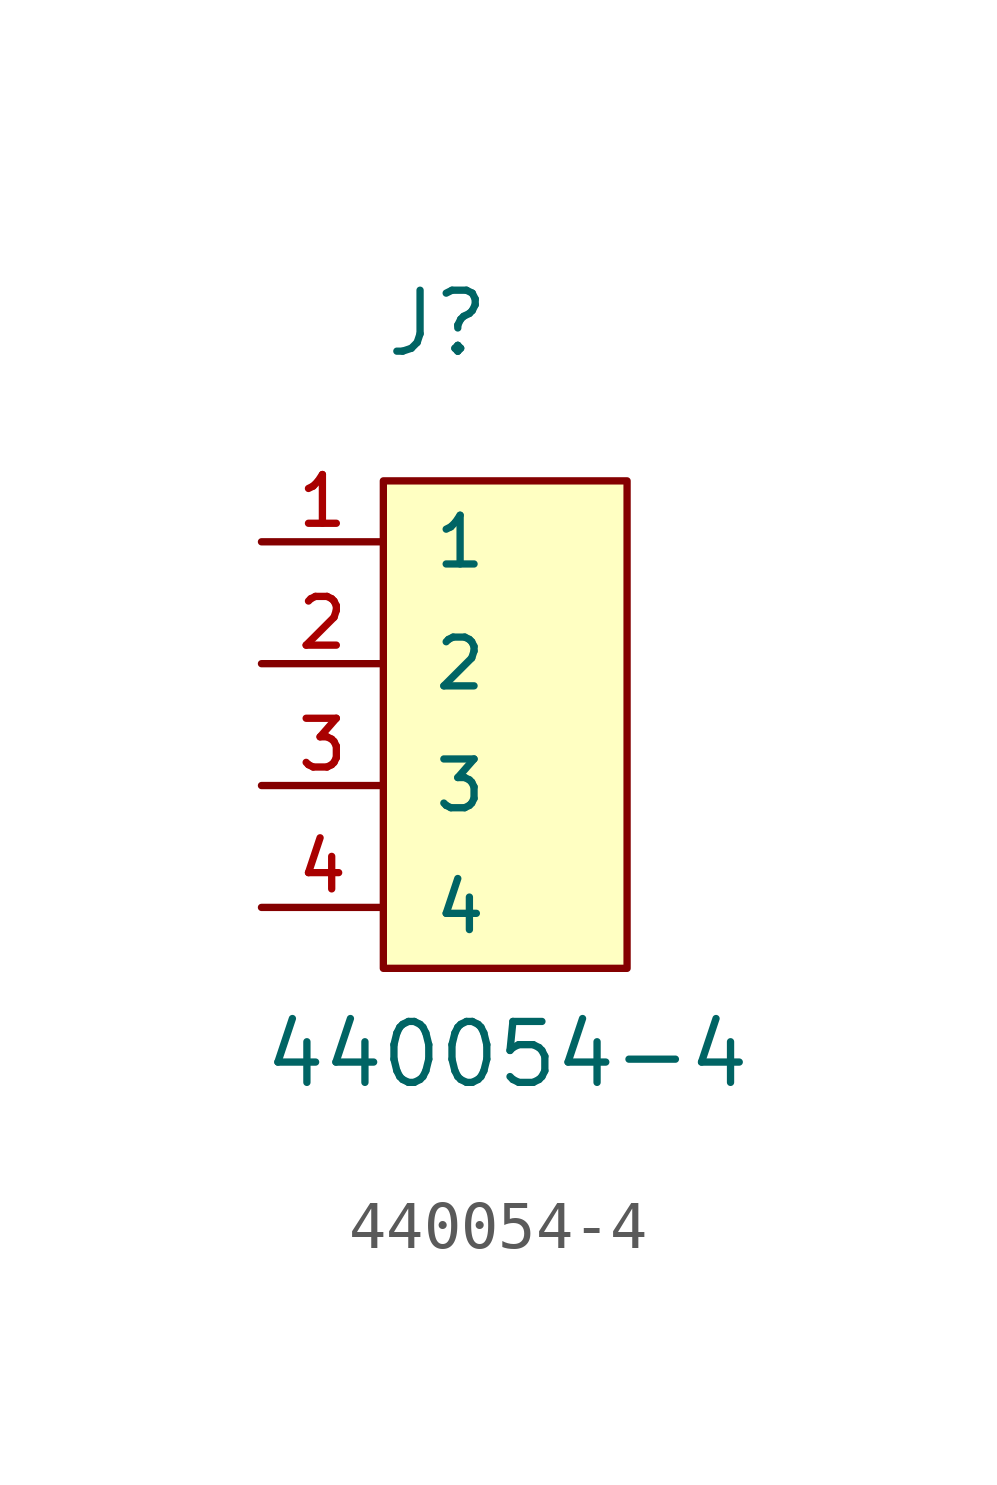
<source format=kicad_sym>
(kicad_symbol_lib
  (version 20241209)
  (generator "kicad_symbol_editor")
  (generator_version "9.0")
  (symbol "440054-4"
    (pin_names
      (offset 1.016))
    (property "Reference" "J"
      (at 0 6.35 0)
      (effects (font (size 1.27 1.27)) (justify left bottom)))
    (property "Value" "440054-4"
      (at -2.54 -8.89 0)
      (effects (font (size 1.27 1.27)) (justify left bottom)))
    (symbol "440054-4_1_0"
      (pin passive line (at -2.54 2.54 0) (length 2.54) (name "1" (effects (font (size 1.016 1.016)))) (number "1" (effects (font (size 1.016 1.016)))))
      (pin passive line (at -2.54 0 0) (length 2.54) (name "2" (effects (font (size 1.016 1.016)))) (number "2" (effects (font (size 1.016 1.016)))))
      (pin passive line (at -2.54 -2.54 0) (length 2.54) (name "3" (effects (font (size 1.016 1.016)))) (number "3" (effects (font (size 1.016 1.016)))))
      (pin passive line (at -2.54 -5.08 0) (length 2.54) (name "4" (effects (font (size 1.016 1.016)))) (number "4" (effects (font (size 1.016 1.016))))))
    (symbol "440054-4_1_1"
      (rectangle (start 0 3.81) (end 5.08 -6.35) (stroke (width 0) (type default)) (fill (type background))))))
</source>
